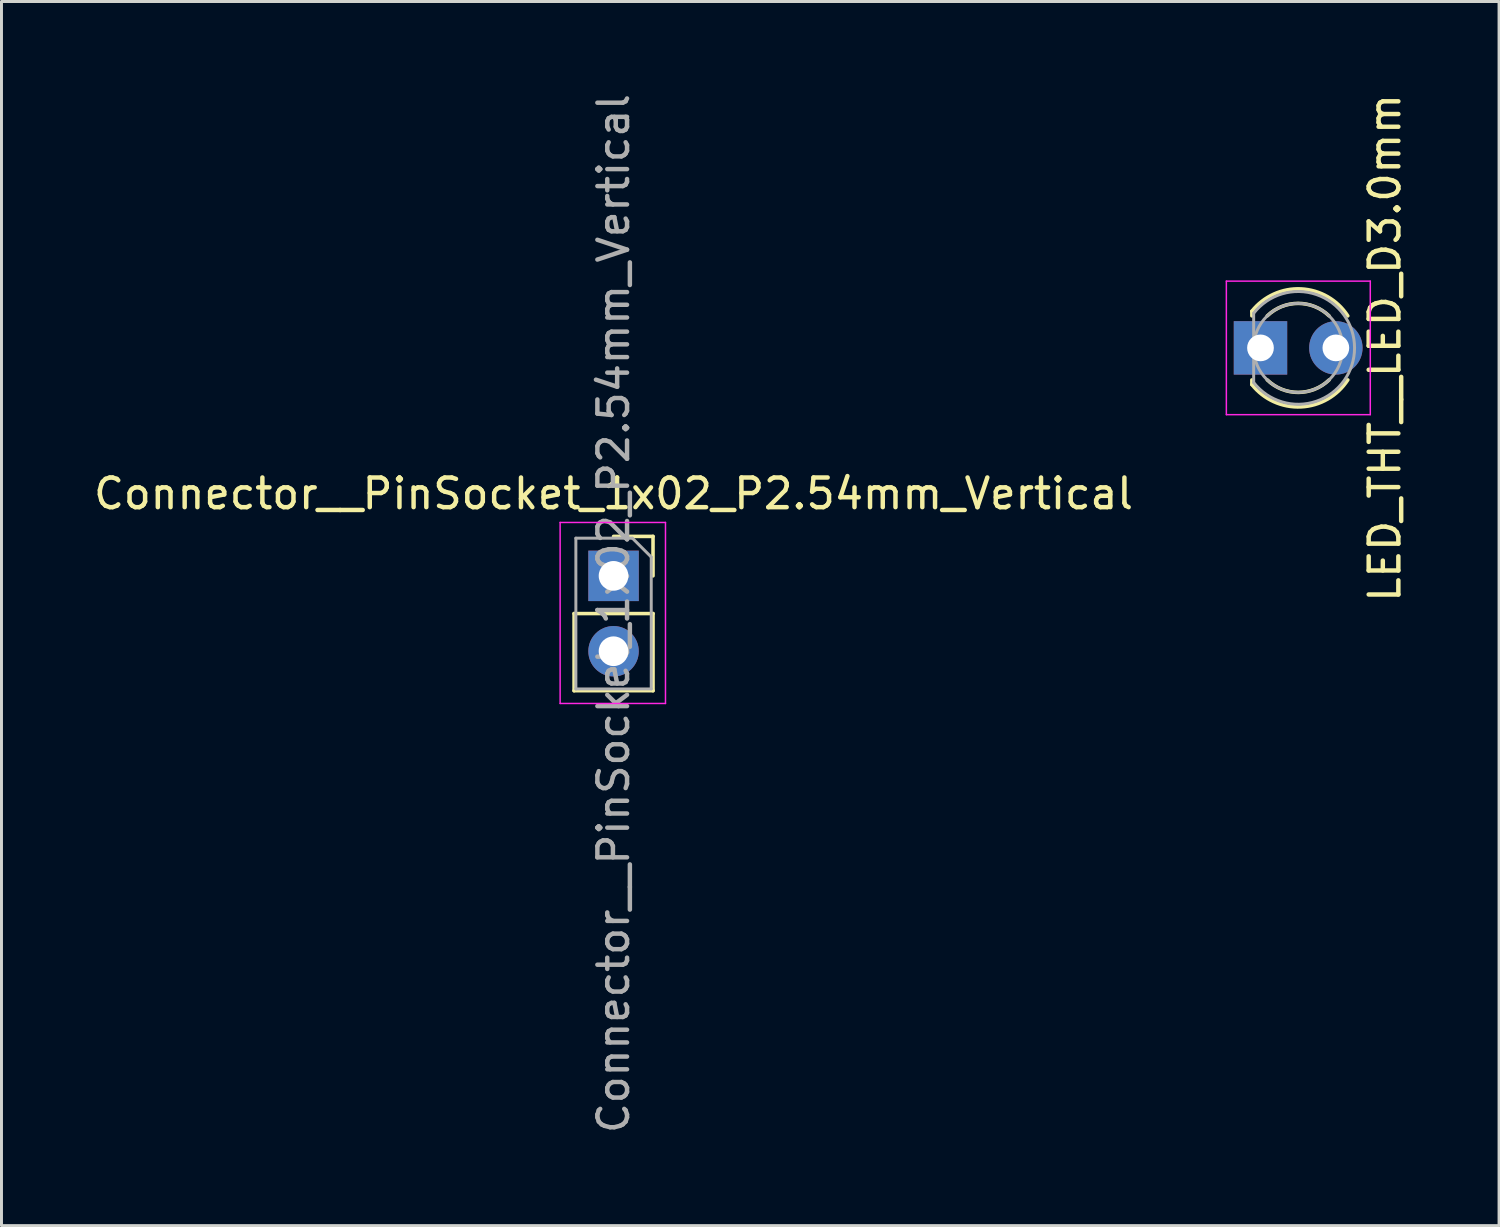
<source format=kicad_pcb>
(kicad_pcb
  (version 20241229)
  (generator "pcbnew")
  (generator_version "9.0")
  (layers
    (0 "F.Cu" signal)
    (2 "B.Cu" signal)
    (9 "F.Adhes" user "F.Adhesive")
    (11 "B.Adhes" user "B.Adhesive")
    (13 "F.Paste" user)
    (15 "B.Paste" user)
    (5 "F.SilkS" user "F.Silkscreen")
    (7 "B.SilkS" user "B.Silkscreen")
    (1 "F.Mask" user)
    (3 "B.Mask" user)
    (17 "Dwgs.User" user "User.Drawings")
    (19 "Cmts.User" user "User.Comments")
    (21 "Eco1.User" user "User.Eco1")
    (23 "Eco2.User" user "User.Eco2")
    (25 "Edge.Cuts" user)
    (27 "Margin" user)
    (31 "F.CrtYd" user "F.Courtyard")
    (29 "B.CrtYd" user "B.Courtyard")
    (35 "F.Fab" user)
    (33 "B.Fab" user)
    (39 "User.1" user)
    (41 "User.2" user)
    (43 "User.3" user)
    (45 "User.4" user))
  (footprint "Connector__PinSocket_1x02_P2.54mm_Vertical"
    (layer "F.Cu")
    (at 17.625 16.355)
    (property "Reference" "Connector__PinSocket_1x02_P2.54mm_Vertical" (at 0 -2.77 180) (layer "F.SilkS") (effects (font (size 1 1) (thickness 0.15))))
    (attr through_hole)
    (fp_line (start -1.33 1.27) (end -1.33 3.87) (stroke (width 0.12) (type solid)) (layer "F.SilkS"))
    (fp_line (start -1.33 1.27) (end 1.33 1.27) (stroke (width 0.12) (type solid)) (layer "F.SilkS"))
    (fp_line (start -1.33 3.87) (end 1.33 3.87) (stroke (width 0.12) (type solid)) (layer "F.SilkS"))
    (fp_line (start 0 -1.33) (end 1.33 -1.33) (stroke (width 0.12) (type solid)) (layer "F.SilkS"))
    (fp_line (start 1.33 -1.33) (end 1.33 0) (stroke (width 0.12) (type solid)) (layer "F.SilkS"))
    (fp_line (start 1.33 1.27) (end 1.33 3.87) (stroke (width 0.12) (type solid)) (layer "F.SilkS"))
    (fp_line (start -1.8 -1.8) (end 1.75 -1.8) (stroke (width 0.05) (type solid)) (layer "F.CrtYd"))
    (fp_line (start -1.8 4.3) (end -1.8 -1.8) (stroke (width 0.05) (type solid)) (layer "F.CrtYd"))
    (fp_line (start 1.75 -1.8) (end 1.75 4.3) (stroke (width 0.05) (type solid)) (layer "F.CrtYd"))
    (fp_line (start 1.75 4.3) (end -1.8 4.3) (stroke (width 0.05) (type solid)) (layer "F.CrtYd"))
    (fp_line (start -1.27 -1.27) (end 0.635 -1.27) (stroke (width 0.1) (type solid)) (layer "F.Fab"))
    (fp_line (start -1.27 3.81) (end -1.27 -1.27) (stroke (width 0.1) (type solid)) (layer "F.Fab"))
    (fp_line (start 0.635 -1.27) (end 1.27 -0.635) (stroke (width 0.1) (type solid)) (layer "F.Fab"))
    (fp_line (start 1.27 -0.635) (end 1.27 3.81) (stroke (width 0.1) (type solid)) (layer "F.Fab"))
    (fp_line (start 1.27 3.81) (end -1.27 3.81) (stroke (width 0.1) (type solid)) (layer "F.Fab"))
    (fp_text user "${REFERENCE}" (at 0 1.27 90) (layer "F.Fab") (effects (font (size 1 1) (thickness 0.15))))
    (pad "1" thru_hole rect (at 0 0) (size 1.7 1.7) (drill 1) (layers "*.Cu" "*.Mask"))
    (pad "2" thru_hole oval (at 0 2.54) (size 1.7 1.7) (drill 1) (layers "*.Cu" "*.Mask")))
  (footprint "LED_THT__LED_D3.0mm"
    (layer "F.Cu")
    (at 39.425 8.673)
    (property "Reference" "LED_THT__LED_D3.0mm" (at 4.191 0 90) (layer "F.SilkS") (effects (font (size 1 1) (thickness 0.15))))
    (attr through_hole)
    (fp_line (start -0.29 -1.236) (end -0.29 -1.08) (stroke (width 0.12) (type solid)) (layer "F.SilkS"))
    (fp_line (start -0.29 1.08) (end -0.29 1.236) (stroke (width 0.12) (type solid)) (layer "F.SilkS"))
    (fp_arc (start -0.29 -1.235516) (mid 1.366487 -1.987659) (end 2.942335 -1.078608) (stroke (width 0.12) (type solid)) (layer "F.SilkS"))
    (fp_arc (start 0.229039 -1.08) (mid 1.270117 -1.5) (end 2.31113 -1.079837) (stroke (width 0.12) (type solid)) (layer "F.SilkS"))
    (fp_arc (start 2.31113 1.079837) (mid 1.270117 1.5) (end 0.229039 1.08) (stroke (width 0.12) (type solid)) (layer "F.SilkS"))
    (fp_arc (start 2.942335 1.078608) (mid 1.366487 1.987659) (end -0.29 1.235516) (stroke (width 0.12) (type solid)) (layer "F.SilkS"))
    (fp_line (start -1.15 -2.25) (end -1.15 2.25) (stroke (width 0.05) (type solid)) (layer "F.CrtYd"))
    (fp_line (start -1.15 2.25) (end 3.7 2.25) (stroke (width 0.05) (type solid)) (layer "F.CrtYd"))
    (fp_line (start 3.7 -2.25) (end -1.15 -2.25) (stroke (width 0.05) (type solid)) (layer "F.CrtYd"))
    (fp_line (start 3.7 2.25) (end 3.7 -2.25) (stroke (width 0.05) (type solid)) (layer "F.CrtYd"))
    (fp_line (start -0.23 -1.166) (end -0.23 1.166) (stroke (width 0.1) (type solid)) (layer "F.Fab"))
    (fp_arc (start -0.23 -1.16619) (mid 3.17 0.000452) (end -0.230555 1.165476) (stroke (width 0.1) (type solid)) (layer "F.Fab"))
    (fp_circle (center 1.27 0) (end 2.77 0) (stroke (width 0.1) (type solid)) (fill no) (layer "F.Fab"))
    (pad "1" thru_hole rect (at 0 0) (size 1.8 1.8) (drill 0.9) (layers "*.Cu" "*.Mask"))
    (pad "2" thru_hole circle (at 2.54 0) (size 1.8 1.8) (drill 0.9) (layers "*.Cu" "*.Mask")))
  (gr_rect
    (start -3 -3)
    (end 47.464 38.25)
    (stroke (width 0.1) (type default))
    (fill no)
    (layer "Edge.Cuts")))
</source>
